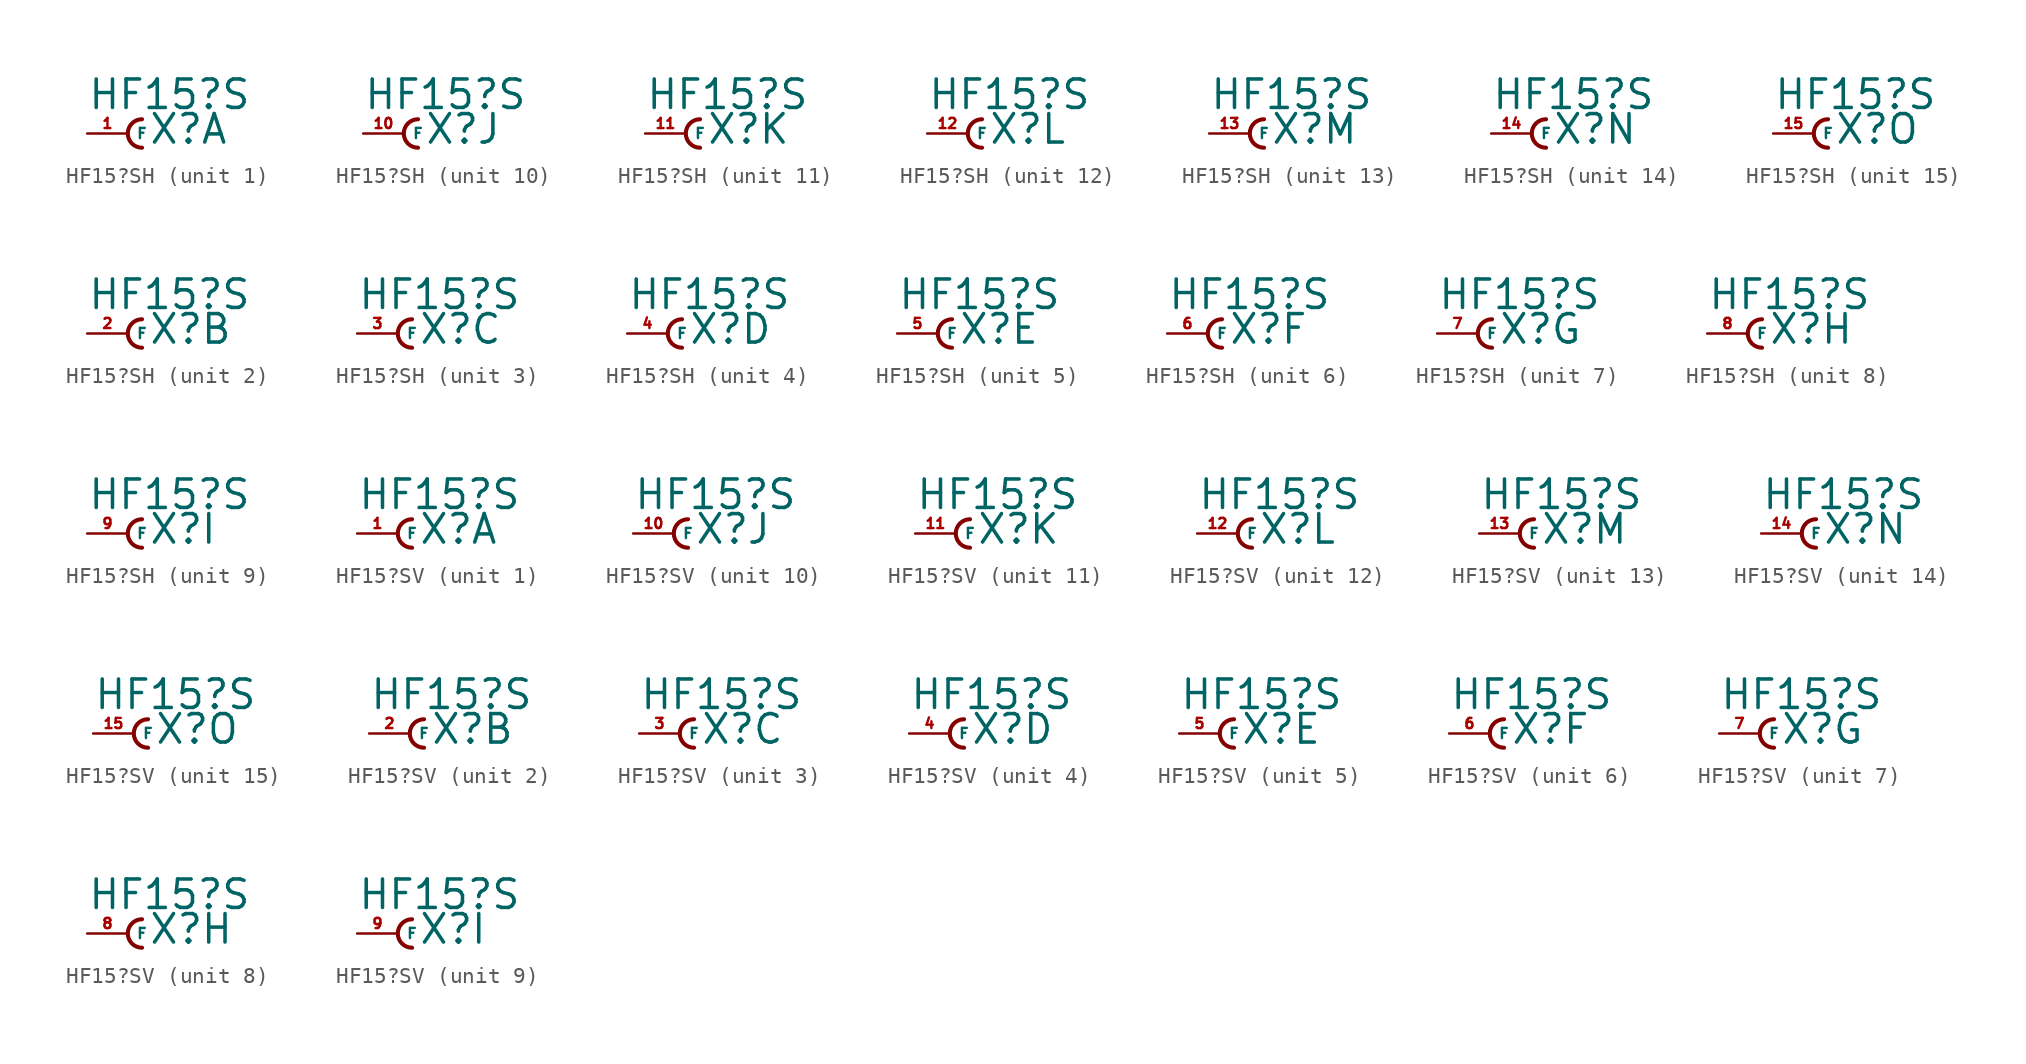
<source format=kicad_sym>
(kicad_symbol_lib
  (version 20220914)
  (generator Eagle2Kicad)
  (symbol "HF15?SH"
    (property "Reference" "X"
      (at 1.27 -0.762 0)
      (effects (font (size 1.778 1.778) (thickness 0.22)) (justify left bottom)))
    (property "Value" "HF15?S"
      (at -2.54 1.397 0)
      (effects (font (size 1.778 1.778) (thickness 0.22)) (justify left bottom)))
    (symbol "HF15?SH_1_0"
      (arc (start 0.889 0.889) (mid 0.000 0.000) (end 0.889 -0.889) (stroke (width 0.254) (type default)) (fill (type none)))
      (pin passive line (at -2.54 0 0) (length 2.54) (name "F" (effects (font (size 0.635 0.635) (thickness 0.08)) (justify left bottom))) (number "1" (effects (font (size 0.635 0.635) (thickness 0.08)) (justify left bottom)))))
    (symbol "HF15?SH_2_0"
      (arc (start 0.889 0.889) (mid 0.000 0.000) (end 0.889 -0.889) (stroke (width 0.254) (type default)) (fill (type none)))
      (pin passive line (at -2.54 0 0) (length 2.54) (name "F" (effects (font (size 0.635 0.635) (thickness 0.08)) (justify left bottom))) (number "2" (effects (font (size 0.635 0.635) (thickness 0.08)) (justify left bottom)))))
    (symbol "HF15?SH_3_0"
      (arc (start 0.889 0.889) (mid 0.000 0.000) (end 0.889 -0.889) (stroke (width 0.254) (type default)) (fill (type none)))
      (pin passive line (at -2.54 0 0) (length 2.54) (name "F" (effects (font (size 0.635 0.635) (thickness 0.08)) (justify left bottom))) (number "3" (effects (font (size 0.635 0.635) (thickness 0.08)) (justify left bottom)))))
    (symbol "HF15?SH_4_0"
      (arc (start 0.889 0.889) (mid 0.000 0.000) (end 0.889 -0.889) (stroke (width 0.254) (type default)) (fill (type none)))
      (pin passive line (at -2.54 0 0) (length 2.54) (name "F" (effects (font (size 0.635 0.635) (thickness 0.08)) (justify left bottom))) (number "4" (effects (font (size 0.635 0.635) (thickness 0.08)) (justify left bottom)))))
    (symbol "HF15?SH_5_0"
      (arc (start 0.889 0.889) (mid 0.000 0.000) (end 0.889 -0.889) (stroke (width 0.254) (type default)) (fill (type none)))
      (pin passive line (at -2.54 0 0) (length 2.54) (name "F" (effects (font (size 0.635 0.635) (thickness 0.08)) (justify left bottom))) (number "5" (effects (font (size 0.635 0.635) (thickness 0.08)) (justify left bottom)))))
    (symbol "HF15?SH_6_0"
      (arc (start 0.889 0.889) (mid 0.000 0.000) (end 0.889 -0.889) (stroke (width 0.254) (type default)) (fill (type none)))
      (pin passive line (at -2.54 0 0) (length 2.54) (name "F" (effects (font (size 0.635 0.635) (thickness 0.08)) (justify left bottom))) (number "6" (effects (font (size 0.635 0.635) (thickness 0.08)) (justify left bottom)))))
    (symbol "HF15?SH_7_0"
      (arc (start 0.889 0.889) (mid 0.000 0.000) (end 0.889 -0.889) (stroke (width 0.254) (type default)) (fill (type none)))
      (pin passive line (at -2.54 0 0) (length 2.54) (name "F" (effects (font (size 0.635 0.635) (thickness 0.08)) (justify left bottom))) (number "7" (effects (font (size 0.635 0.635) (thickness 0.08)) (justify left bottom)))))
    (symbol "HF15?SH_8_0"
      (arc (start 0.889 0.889) (mid 0.000 0.000) (end 0.889 -0.889) (stroke (width 0.254) (type default)) (fill (type none)))
      (pin passive line (at -2.54 0 0) (length 2.54) (name "F" (effects (font (size 0.635 0.635) (thickness 0.08)) (justify left bottom))) (number "8" (effects (font (size 0.635 0.635) (thickness 0.08)) (justify left bottom)))))
    (symbol "HF15?SH_9_0"
      (arc (start 0.889 0.889) (mid 0.000 0.000) (end 0.889 -0.889) (stroke (width 0.254) (type default)) (fill (type none)))
      (pin passive line (at -2.54 0 0) (length 2.54) (name "F" (effects (font (size 0.635 0.635) (thickness 0.08)) (justify left bottom))) (number "9" (effects (font (size 0.635 0.635) (thickness 0.08)) (justify left bottom)))))
    (symbol "HF15?SH_10_0"
      (arc (start 0.889 0.889) (mid 0.000 0.000) (end 0.889 -0.889) (stroke (width 0.254) (type default)) (fill (type none)))
      (pin passive line (at -2.54 0 0) (length 2.54) (name "F" (effects (font (size 0.635 0.635) (thickness 0.08)) (justify left bottom))) (number "10" (effects (font (size 0.635 0.635) (thickness 0.08)) (justify left bottom)))))
    (symbol "HF15?SH_11_0"
      (arc (start 0.889 0.889) (mid 0.000 0.000) (end 0.889 -0.889) (stroke (width 0.254) (type default)) (fill (type none)))
      (pin passive line (at -2.54 0 0) (length 2.54) (name "F" (effects (font (size 0.635 0.635) (thickness 0.08)) (justify left bottom))) (number "11" (effects (font (size 0.635 0.635) (thickness 0.08)) (justify left bottom)))))
    (symbol "HF15?SH_12_0"
      (arc (start 0.889 0.889) (mid 0.000 0.000) (end 0.889 -0.889) (stroke (width 0.254) (type default)) (fill (type none)))
      (pin passive line (at -2.54 0 0) (length 2.54) (name "F" (effects (font (size 0.635 0.635) (thickness 0.08)) (justify left bottom))) (number "12" (effects (font (size 0.635 0.635) (thickness 0.08)) (justify left bottom)))))
    (symbol "HF15?SH_13_0"
      (arc (start 0.889 0.889) (mid 0.000 0.000) (end 0.889 -0.889) (stroke (width 0.254) (type default)) (fill (type none)))
      (pin passive line (at -2.54 0 0) (length 2.54) (name "F" (effects (font (size 0.635 0.635) (thickness 0.08)) (justify left bottom))) (number "13" (effects (font (size 0.635 0.635) (thickness 0.08)) (justify left bottom)))))
    (symbol "HF15?SH_14_0"
      (arc (start 0.889 0.889) (mid 0.000 0.000) (end 0.889 -0.889) (stroke (width 0.254) (type default)) (fill (type none)))
      (pin passive line (at -2.54 0 0) (length 2.54) (name "F" (effects (font (size 0.635 0.635) (thickness 0.08)) (justify left bottom))) (number "14" (effects (font (size 0.635 0.635) (thickness 0.08)) (justify left bottom)))))
    (symbol "HF15?SH_15_0"
      (arc (start 0.889 0.889) (mid 0.000 0.000) (end 0.889 -0.889) (stroke (width 0.254) (type default)) (fill (type none)))
      (pin passive line (at -2.54 0 0) (length 2.54) (name "F" (effects (font (size 0.635 0.635) (thickness 0.08)) (justify left bottom))) (number "15" (effects (font (size 0.635 0.635) (thickness 0.08)) (justify left bottom))))))
  (symbol "HF15?SV"
    (property "Reference" "X"
      (at 1.27 -0.762 0)
      (effects (font (size 1.778 1.778) (thickness 0.22)) (justify left bottom)))
    (property "Value" "HF15?S"
      (at -2.54 1.397 0)
      (effects (font (size 1.778 1.778) (thickness 0.22)) (justify left bottom)))
    (symbol "HF15?SV_1_0"
      (arc (start 0.889 0.889) (mid 0.000 0.000) (end 0.889 -0.889) (stroke (width 0.254) (type default)) (fill (type none)))
      (pin passive line (at -2.54 0 0) (length 2.54) (name "F" (effects (font (size 0.635 0.635) (thickness 0.08)) (justify left bottom))) (number "1" (effects (font (size 0.635 0.635) (thickness 0.08)) (justify left bottom)))))
    (symbol "HF15?SV_2_0"
      (arc (start 0.889 0.889) (mid 0.000 0.000) (end 0.889 -0.889) (stroke (width 0.254) (type default)) (fill (type none)))
      (pin passive line (at -2.54 0 0) (length 2.54) (name "F" (effects (font (size 0.635 0.635) (thickness 0.08)) (justify left bottom))) (number "2" (effects (font (size 0.635 0.635) (thickness 0.08)) (justify left bottom)))))
    (symbol "HF15?SV_3_0"
      (arc (start 0.889 0.889) (mid 0.000 0.000) (end 0.889 -0.889) (stroke (width 0.254) (type default)) (fill (type none)))
      (pin passive line (at -2.54 0 0) (length 2.54) (name "F" (effects (font (size 0.635 0.635) (thickness 0.08)) (justify left bottom))) (number "3" (effects (font (size 0.635 0.635) (thickness 0.08)) (justify left bottom)))))
    (symbol "HF15?SV_4_0"
      (arc (start 0.889 0.889) (mid 0.000 0.000) (end 0.889 -0.889) (stroke (width 0.254) (type default)) (fill (type none)))
      (pin passive line (at -2.54 0 0) (length 2.54) (name "F" (effects (font (size 0.635 0.635) (thickness 0.08)) (justify left bottom))) (number "4" (effects (font (size 0.635 0.635) (thickness 0.08)) (justify left bottom)))))
    (symbol "HF15?SV_5_0"
      (arc (start 0.889 0.889) (mid 0.000 0.000) (end 0.889 -0.889) (stroke (width 0.254) (type default)) (fill (type none)))
      (pin passive line (at -2.54 0 0) (length 2.54) (name "F" (effects (font (size 0.635 0.635) (thickness 0.08)) (justify left bottom))) (number "5" (effects (font (size 0.635 0.635) (thickness 0.08)) (justify left bottom)))))
    (symbol "HF15?SV_6_0"
      (arc (start 0.889 0.889) (mid 0.000 0.000) (end 0.889 -0.889) (stroke (width 0.254) (type default)) (fill (type none)))
      (pin passive line (at -2.54 0 0) (length 2.54) (name "F" (effects (font (size 0.635 0.635) (thickness 0.08)) (justify left bottom))) (number "6" (effects (font (size 0.635 0.635) (thickness 0.08)) (justify left bottom)))))
    (symbol "HF15?SV_7_0"
      (arc (start 0.889 0.889) (mid 0.000 0.000) (end 0.889 -0.889) (stroke (width 0.254) (type default)) (fill (type none)))
      (pin passive line (at -2.54 0 0) (length 2.54) (name "F" (effects (font (size 0.635 0.635) (thickness 0.08)) (justify left bottom))) (number "7" (effects (font (size 0.635 0.635) (thickness 0.08)) (justify left bottom)))))
    (symbol "HF15?SV_8_0"
      (arc (start 0.889 0.889) (mid 0.000 0.000) (end 0.889 -0.889) (stroke (width 0.254) (type default)) (fill (type none)))
      (pin passive line (at -2.54 0 0) (length 2.54) (name "F" (effects (font (size 0.635 0.635) (thickness 0.08)) (justify left bottom))) (number "8" (effects (font (size 0.635 0.635) (thickness 0.08)) (justify left bottom)))))
    (symbol "HF15?SV_9_0"
      (arc (start 0.889 0.889) (mid 0.000 0.000) (end 0.889 -0.889) (stroke (width 0.254) (type default)) (fill (type none)))
      (pin passive line (at -2.54 0 0) (length 2.54) (name "F" (effects (font (size 0.635 0.635) (thickness 0.08)) (justify left bottom))) (number "9" (effects (font (size 0.635 0.635) (thickness 0.08)) (justify left bottom)))))
    (symbol "HF15?SV_10_0"
      (arc (start 0.889 0.889) (mid 0.000 0.000) (end 0.889 -0.889) (stroke (width 0.254) (type default)) (fill (type none)))
      (pin passive line (at -2.54 0 0) (length 2.54) (name "F" (effects (font (size 0.635 0.635) (thickness 0.08)) (justify left bottom))) (number "10" (effects (font (size 0.635 0.635) (thickness 0.08)) (justify left bottom)))))
    (symbol "HF15?SV_11_0"
      (arc (start 0.889 0.889) (mid 0.000 0.000) (end 0.889 -0.889) (stroke (width 0.254) (type default)) (fill (type none)))
      (pin passive line (at -2.54 0 0) (length 2.54) (name "F" (effects (font (size 0.635 0.635) (thickness 0.08)) (justify left bottom))) (number "11" (effects (font (size 0.635 0.635) (thickness 0.08)) (justify left bottom)))))
    (symbol "HF15?SV_12_0"
      (arc (start 0.889 0.889) (mid 0.000 0.000) (end 0.889 -0.889) (stroke (width 0.254) (type default)) (fill (type none)))
      (pin passive line (at -2.54 0 0) (length 2.54) (name "F" (effects (font (size 0.635 0.635) (thickness 0.08)) (justify left bottom))) (number "12" (effects (font (size 0.635 0.635) (thickness 0.08)) (justify left bottom)))))
    (symbol "HF15?SV_13_0"
      (arc (start 0.889 0.889) (mid 0.000 0.000) (end 0.889 -0.889) (stroke (width 0.254) (type default)) (fill (type none)))
      (pin passive line (at -2.54 0 0) (length 2.54) (name "F" (effects (font (size 0.635 0.635) (thickness 0.08)) (justify left bottom))) (number "13" (effects (font (size 0.635 0.635) (thickness 0.08)) (justify left bottom)))))
    (symbol "HF15?SV_14_0"
      (arc (start 0.889 0.889) (mid 0.000 0.000) (end 0.889 -0.889) (stroke (width 0.254) (type default)) (fill (type none)))
      (pin passive line (at -2.54 0 0) (length 2.54) (name "F" (effects (font (size 0.635 0.635) (thickness 0.08)) (justify left bottom))) (number "14" (effects (font (size 0.635 0.635) (thickness 0.08)) (justify left bottom)))))
    (symbol "HF15?SV_15_0"
      (arc (start 0.889 0.889) (mid 0.000 0.000) (end 0.889 -0.889) (stroke (width 0.254) (type default)) (fill (type none)))
      (pin passive line (at -2.54 0 0) (length 2.54) (name "F" (effects (font (size 0.635 0.635) (thickness 0.08)) (justify left bottom))) (number "15" (effects (font (size 0.635 0.635) (thickness 0.08)) (justify left bottom)))))))
</source>
